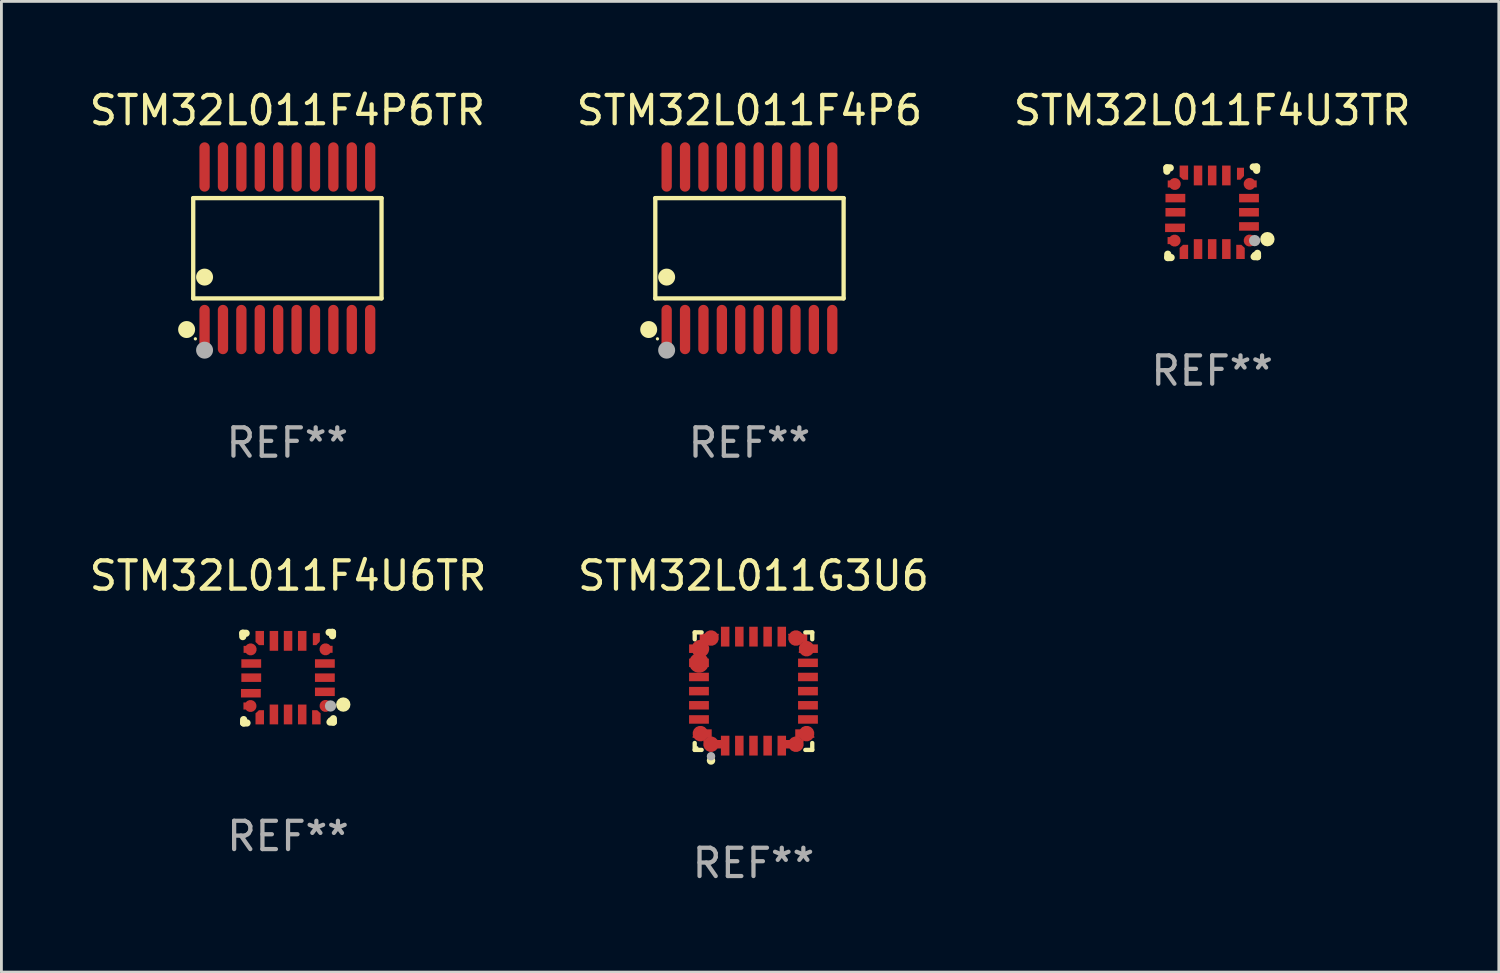
<source format=kicad_pcb>
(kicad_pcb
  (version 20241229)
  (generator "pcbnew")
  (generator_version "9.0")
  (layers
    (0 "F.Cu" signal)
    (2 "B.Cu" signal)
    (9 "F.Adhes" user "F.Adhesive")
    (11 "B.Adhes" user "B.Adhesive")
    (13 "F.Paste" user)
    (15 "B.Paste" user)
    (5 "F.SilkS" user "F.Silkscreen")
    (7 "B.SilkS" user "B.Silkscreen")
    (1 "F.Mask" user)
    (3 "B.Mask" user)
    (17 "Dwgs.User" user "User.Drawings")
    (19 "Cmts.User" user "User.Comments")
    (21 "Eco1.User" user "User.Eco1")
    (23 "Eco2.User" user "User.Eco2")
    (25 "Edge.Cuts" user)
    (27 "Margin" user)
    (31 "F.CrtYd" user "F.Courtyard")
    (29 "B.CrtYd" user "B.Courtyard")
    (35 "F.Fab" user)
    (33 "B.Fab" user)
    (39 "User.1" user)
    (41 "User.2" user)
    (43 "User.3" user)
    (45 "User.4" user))
  (footprint "STM32L011F4U3TR"
    (layer "F.Cu")
    (at 39.768 4.448)
    (property "Reference" "STM32L011F4U3TR" (at 0 -3.6 0) (layer "F.SilkS") (effects (font (size 1 1) (thickness 0.15))))
    (attr through_hole)
    (fp_line (start -1.6 -1.569) (end -1.481 -1.569) (stroke (width 0.254) (type solid)) (layer "F.SilkS"))
    (fp_line (start -1.6 -1.45) (end -1.6 -1.569) (stroke (width 0.254) (type solid)) (layer "F.SilkS"))
    (fp_line (start -1.569 1.6) (end -1.569 1.481) (stroke (width 0.254) (type solid)) (layer "F.SilkS"))
    (fp_line (start -1.45 1.6) (end -1.569 1.6) (stroke (width 0.254) (type solid)) (layer "F.SilkS"))
    (fp_line (start 1.45 -1.6) (end 1.569 -1.6) (stroke (width 0.254) (type solid)) (layer "F.SilkS"))
    (fp_line (start 1.569 -1.6) (end 1.569 -1.481) (stroke (width 0.254) (type solid)) (layer "F.SilkS"))
    (fp_line (start 1.6 1.45) (end 1.6 1.569) (stroke (width 0.254) (type solid)) (layer "F.SilkS"))
    (fp_line (start 1.6 1.569) (end 1.481 1.569) (stroke (width 0.254) (type solid)) (layer "F.SilkS"))
    (fp_circle (center 1.5 1.5) (end 1.55 1.5) (stroke (width 0.1) (type solid)) (fill no) (layer "F.SilkS"))
    (fp_circle (center 1.95 0.95) (end 2.077 0.95) (stroke (width 0.254) (type solid)) (fill no) (layer "F.SilkS"))
    (fp_circle (center 1.5 1) (end 1.6 1) (stroke (width 0.2) (type solid)) (fill no) (layer "F.Fab"))
    (fp_text user "REF**" (at 0 5.6 0) (layer "F.Fab") (effects (font (size 1 1) (thickness 0.15))))
    (pad "1" smd custom (at 1.324 0.998) (size 0.424 0.249) (layers "F.Cu" "F.Mask" "F.Paste") (options (anchor circle)) (primitives (gr_poly (pts (xy 0.25 0.124) (xy 0.25 -0.123) (xy 0.172 -0.124) (xy -0.174 -0.124) (xy -0.174 -0.001) (xy -0.036 0.125)) (width 0) (fill yes))))
    (pad "2" smd rect (at 1.3 0.5) (size 0.7 0.3) (layers "F.Cu" "F.Mask" "F.Paste"))
    (pad "3" smd rect (at 1.3 -0.000025) (size 0.7 0.3) (layers "F.Cu" "F.Mask" "F.Paste"))
    (pad "4" smd rect (at 1.3 -0.5) (size 0.7 0.3) (layers "F.Cu" "F.Mask" "F.Paste"))
    (pad "5" smd custom (at 1.323 -1.001) (size 0.424 0.249) (layers "F.Cu" "F.Mask" "F.Paste") (options (anchor circle)) (primitives (gr_poly (pts (xy 0.25 -0.124) (xy 0.25 0.123) (xy 0.173 0.124) (xy -0.174 0.124) (xy -0.174 0.001) (xy -0.036 -0.125)) (width 0) (fill yes))))
    (pad "6" smd custom (at 1 -1.324) (size 0.249 0.425) (layers "F.Cu" "F.Mask" "F.Paste") (options (anchor circle)) (primitives (gr_poly (pts (xy 0.123 -0.25) (xy -0.123 -0.25) (xy -0.125 -0.172) (xy -0.125 0.175) (xy -0.001 0.175) (xy 0.124 0.036)) (width 0) (fill yes))))
    (pad "7" smd rect (at 0.5 -1.3) (size 0.3 0.7) (layers "F.Cu" "F.Mask" "F.Paste"))
    (pad "8" smd rect (at 0.000114 -1.3) (size 0.3 0.7) (layers "F.Cu" "F.Mask" "F.Paste"))
    (pad "9" smd rect (at -0.5 -1.3) (size 0.3 0.7) (layers "F.Cu" "F.Mask" "F.Paste"))
    (pad "10" smd custom (at -1 -1.4) (size 0.3 0.5) (layers "F.Cu" "F.Mask" "F.Paste") (options (anchor circle)) (primitives (gr_poly (pts (xy -0.15 -0.25) (xy 0.15 -0.25) (xy 0.15 0.25) (xy -0.03 0.25) (xy -0.15 0.14)) (width 0) (fill yes))))
    (pad "11" smd custom (at -1.321 -0.999) (size 0.424 0.249) (layers "F.Cu" "F.Mask" "F.Paste") (options (anchor circle)) (primitives (gr_poly (pts (xy -0.25 -0.124) (xy -0.25 0.123) (xy -0.172 0.124) (xy 0.174 0.124) (xy 0.174 0.001) (xy 0.036 -0.125)) (width 0) (fill yes))))
    (pad "12" smd rect (at -1.3 -0.5) (size 0.7 0.3) (layers "F.Cu" "F.Mask" "F.Paste"))
    (pad "13" smd rect (at -1.3 -0.000025) (size 0.7 0.3) (layers "F.Cu" "F.Mask" "F.Paste"))
    (pad "14" smd rect (at -1.313 0.55) (size 0.7 0.3) (layers "F.Cu" "F.Mask" "F.Paste"))
    (pad "15" smd custom (at -1.326 1.001) (size 0.424 0.249) (layers "F.Cu" "F.Mask" "F.Paste") (options (anchor circle)) (primitives (gr_poly (pts (xy -0.25 0.124) (xy -0.25 -0.124) (xy 0.174 -0.124) (xy 0.174 -0.001) (xy 0.036 0.125)) (width 0) (fill yes))))
    (pad "16" smd custom (at -1 1.4) (size 0.3 0.5) (layers "F.Cu" "F.Mask" "F.Paste") (options (anchor circle)) (primitives (gr_poly (pts (xy -0.15 0.25) (xy 0.15 0.25) (xy 0.15 -0.25) (xy -0.03 -0.25) (xy -0.15 -0.14)) (width 0) (fill yes))))
    (pad "17" smd rect (at -0.5 1.3) (size 0.3 0.7) (layers "F.Cu" "F.Mask" "F.Paste"))
    (pad "18" smd rect (at 0.000114 1.3) (size 0.3 0.7) (layers "F.Cu" "F.Mask" "F.Paste"))
    (pad "19" smd rect (at 0.5 1.3) (size 0.3 0.7) (layers "F.Cu" "F.Mask" "F.Paste"))
    (pad "20" smd custom (at 1 1.4) (size 0.3 0.5) (layers "F.Cu" "F.Mask" "F.Paste") (options (anchor circle)) (primitives (gr_poly (pts (xy 0.15 0.25) (xy -0.15 0.25) (xy -0.15 -0.25) (xy 0.03 -0.25) (xy 0.15 -0.14)) (width 0) (fill yes)))))
  (footprint "STM32L011F4U6TR"
    (layer "F.Cu")
    (at 7.125 20.887)
    (property "Reference" "STM32L011F4U6TR" (at 0 -3.6 0) (layer "F.SilkS") (effects (font (size 1 1) (thickness 0.15))))
    (attr through_hole)
    (fp_line (start -1.6 -1.569) (end -1.481 -1.569) (stroke (width 0.254) (type solid)) (layer "F.SilkS"))
    (fp_line (start -1.6 -1.45) (end -1.6 -1.569) (stroke (width 0.254) (type solid)) (layer "F.SilkS"))
    (fp_line (start -1.569 1.6) (end -1.569 1.481) (stroke (width 0.254) (type solid)) (layer "F.SilkS"))
    (fp_line (start -1.45 1.6) (end -1.569 1.6) (stroke (width 0.254) (type solid)) (layer "F.SilkS"))
    (fp_line (start 1.45 -1.6) (end 1.569 -1.6) (stroke (width 0.254) (type solid)) (layer "F.SilkS"))
    (fp_line (start 1.569 -1.6) (end 1.569 -1.481) (stroke (width 0.254) (type solid)) (layer "F.SilkS"))
    (fp_line (start 1.6 1.45) (end 1.6 1.569) (stroke (width 0.254) (type solid)) (layer "F.SilkS"))
    (fp_line (start 1.6 1.569) (end 1.481 1.569) (stroke (width 0.254) (type solid)) (layer "F.SilkS"))
    (fp_circle (center 1.5 1.5) (end 1.55 1.5) (stroke (width 0.1) (type solid)) (fill no) (layer "F.SilkS"))
    (fp_circle (center 1.95 0.95) (end 2.077 0.95) (stroke (width 0.254) (type solid)) (fill no) (layer "F.SilkS"))
    (fp_circle (center 1.5 1) (end 1.6 1) (stroke (width 0.2) (type solid)) (fill no) (layer "F.Fab"))
    (fp_text user "REF**" (at 0 5.6 0) (layer "F.Fab") (effects (font (size 1 1) (thickness 0.15))))
    (pad "1" smd custom (at 1.324 0.998) (size 0.424 0.249) (layers "F.Cu" "F.Mask" "F.Paste") (options (anchor circle)) (primitives (gr_poly (pts (xy 0.25 0.124) (xy 0.25 -0.123) (xy 0.172 -0.124) (xy -0.174 -0.124) (xy -0.174 -0.001) (xy -0.036 0.125)) (width 0) (fill yes))))
    (pad "2" smd rect (at 1.3 0.5) (size 0.7 0.3) (layers "F.Cu" "F.Mask" "F.Paste"))
    (pad "3" smd rect (at 1.3 -0.000025) (size 0.7 0.3) (layers "F.Cu" "F.Mask" "F.Paste"))
    (pad "4" smd rect (at 1.3 -0.5) (size 0.7 0.3) (layers "F.Cu" "F.Mask" "F.Paste"))
    (pad "5" smd custom (at 1.323 -1.001) (size 0.424 0.249) (layers "F.Cu" "F.Mask" "F.Paste") (options (anchor circle)) (primitives (gr_poly (pts (xy 0.25 -0.124) (xy 0.25 0.123) (xy 0.173 0.124) (xy -0.174 0.124) (xy -0.174 0.001) (xy -0.036 -0.125)) (width 0) (fill yes))))
    (pad "6" smd custom (at 1 -1.324) (size 0.249 0.425) (layers "F.Cu" "F.Mask" "F.Paste") (options (anchor circle)) (primitives (gr_poly (pts (xy 0.123 -0.25) (xy -0.123 -0.25) (xy -0.125 -0.172) (xy -0.125 0.175) (xy -0.001 0.175) (xy 0.124 0.036)) (width 0) (fill yes))))
    (pad "7" smd rect (at 0.5 -1.3) (size 0.3 0.7) (layers "F.Cu" "F.Mask" "F.Paste"))
    (pad "8" smd rect (at 0.000114 -1.3) (size 0.3 0.7) (layers "F.Cu" "F.Mask" "F.Paste"))
    (pad "9" smd rect (at -0.5 -1.3) (size 0.3 0.7) (layers "F.Cu" "F.Mask" "F.Paste"))
    (pad "10" smd custom (at -1 -1.4) (size 0.3 0.5) (layers "F.Cu" "F.Mask" "F.Paste") (options (anchor circle)) (primitives (gr_poly (pts (xy -0.15 -0.25) (xy 0.15 -0.25) (xy 0.15 0.25) (xy -0.03 0.25) (xy -0.15 0.14)) (width 0) (fill yes))))
    (pad "11" smd custom (at -1.321 -0.999) (size 0.424 0.249) (layers "F.Cu" "F.Mask" "F.Paste") (options (anchor circle)) (primitives (gr_poly (pts (xy -0.25 -0.124) (xy -0.25 0.123) (xy -0.172 0.124) (xy 0.174 0.124) (xy 0.174 0.001) (xy 0.036 -0.125)) (width 0) (fill yes))))
    (pad "12" smd rect (at -1.3 -0.5) (size 0.7 0.3) (layers "F.Cu" "F.Mask" "F.Paste"))
    (pad "13" smd rect (at -1.3 -0.000025) (size 0.7 0.3) (layers "F.Cu" "F.Mask" "F.Paste"))
    (pad "14" smd rect (at -1.313 0.55) (size 0.7 0.3) (layers "F.Cu" "F.Mask" "F.Paste"))
    (pad "15" smd custom (at -1.326 1.001) (size 0.424 0.249) (layers "F.Cu" "F.Mask" "F.Paste") (options (anchor circle)) (primitives (gr_poly (pts (xy -0.25 0.124) (xy -0.25 -0.124) (xy 0.174 -0.124) (xy 0.174 -0.001) (xy 0.036 0.125)) (width 0) (fill yes))))
    (pad "16" smd custom (at -1 1.4) (size 0.3 0.5) (layers "F.Cu" "F.Mask" "F.Paste") (options (anchor circle)) (primitives (gr_poly (pts (xy -0.15 0.25) (xy 0.15 0.25) (xy 0.15 -0.25) (xy -0.03 -0.25) (xy -0.15 -0.14)) (width 0) (fill yes))))
    (pad "17" smd rect (at -0.5 1.3) (size 0.3 0.7) (layers "F.Cu" "F.Mask" "F.Paste"))
    (pad "18" smd rect (at 0.000114 1.3) (size 0.3 0.7) (layers "F.Cu" "F.Mask" "F.Paste"))
    (pad "19" smd rect (at 0.5 1.3) (size 0.3 0.7) (layers "F.Cu" "F.Mask" "F.Paste"))
    (pad "20" smd custom (at 1 1.4) (size 0.3 0.5) (layers "F.Cu" "F.Mask" "F.Paste") (options (anchor circle)) (primitives (gr_poly (pts (xy 0.15 0.25) (xy -0.15 0.25) (xy -0.15 -0.25) (xy 0.03 -0.25) (xy 0.15 -0.14)) (width 0) (fill yes)))))
  (footprint "STM32L011F4P6"
    (layer "F.Cu")
    (at 23.423 5.719)
    (property "Reference" "STM32L011F4P6" (at 0 -4.871 0) (layer "F.SilkS") (effects (font (size 1 1) (thickness 0.15))))
    (attr through_hole)
    (fp_line (start -3.326 -1.771) (end 3.326 -1.771) (stroke (width 0.152) (type solid)) (layer "F.SilkS"))
    (fp_line (start -3.326 1.771) (end -3.326 -1.771) (stroke (width 0.152) (type solid)) (layer "F.SilkS"))
    (fp_line (start 3.326 -1.771) (end 3.326 1.771) (stroke (width 0.152) (type solid)) (layer "F.SilkS"))
    (fp_line (start 3.326 1.771) (end -3.326 1.771) (stroke (width 0.152) (type solid)) (layer "F.SilkS"))
    (fp_circle (center -3.559 2.871) (end -3.409 2.871) (stroke (width 0.3) (type solid)) (fill no) (layer "F.SilkS"))
    (fp_circle (center -3.25 3.2) (end -3.22 3.2) (stroke (width 0.06) (type solid)) (fill no) (layer "F.SilkS"))
    (fp_circle (center -2.925 1.019) (end -2.775 1.019) (stroke (width 0.3) (type solid)) (fill no) (layer "F.SilkS"))
    (fp_circle (center -2.925 3.6) (end -2.775 3.6) (stroke (width 0.3) (type solid)) (fill no) (layer "F.Fab"))
    (fp_text user "REF**" (at 0 6.871 0) (layer "F.Fab") (effects (font (size 1 1) (thickness 0.15))))
    (pad "1" smd oval (at -2.925 2.871) (size 0.364 1.742) (layers "F.Cu" "F.Mask" "F.Paste"))
    (pad "2" smd oval (at -2.275 2.871) (size 0.364 1.742) (layers "F.Cu" "F.Mask" "F.Paste"))
    (pad "3" smd oval (at -1.625 2.871) (size 0.364 1.742) (layers "F.Cu" "F.Mask" "F.Paste"))
    (pad "4" smd oval (at -0.975 2.871) (size 0.364 1.742) (layers "F.Cu" "F.Mask" "F.Paste"))
    (pad "5" smd oval (at -0.325 2.871) (size 0.364 1.742) (layers "F.Cu" "F.Mask" "F.Paste"))
    (pad "6" smd oval (at 0.325 2.871) (size 0.364 1.742) (layers "F.Cu" "F.Mask" "F.Paste"))
    (pad "7" smd oval (at 0.975 2.871) (size 0.364 1.742) (layers "F.Cu" "F.Mask" "F.Paste"))
    (pad "8" smd oval (at 1.625 2.871) (size 0.364 1.742) (layers "F.Cu" "F.Mask" "F.Paste"))
    (pad "9" smd oval (at 2.275 2.871) (size 0.364 1.742) (layers "F.Cu" "F.Mask" "F.Paste"))
    (pad "10" smd oval (at 2.925 2.871) (size 0.364 1.742) (layers "F.Cu" "F.Mask" "F.Paste"))
    (pad "11" smd oval (at 2.925 -2.871) (size 0.364 1.742) (layers "F.Cu" "F.Mask" "F.Paste"))
    (pad "12" smd oval (at 2.275 -2.871) (size 0.364 1.742) (layers "F.Cu" "F.Mask" "F.Paste"))
    (pad "13" smd oval (at 1.625 -2.871) (size 0.364 1.742) (layers "F.Cu" "F.Mask" "F.Paste"))
    (pad "14" smd oval (at 0.975 -2.871) (size 0.364 1.742) (layers "F.Cu" "F.Mask" "F.Paste"))
    (pad "15" smd oval (at 0.325 -2.871) (size 0.364 1.742) (layers "F.Cu" "F.Mask" "F.Paste"))
    (pad "16" smd oval (at -0.325 -2.871) (size 0.364 1.742) (layers "F.Cu" "F.Mask" "F.Paste"))
    (pad "17" smd oval (at -0.975 -2.871) (size 0.364 1.742) (layers "F.Cu" "F.Mask" "F.Paste"))
    (pad "18" smd oval (at -1.625 -2.871) (size 0.364 1.742) (layers "F.Cu" "F.Mask" "F.Paste"))
    (pad "19" smd oval (at -2.275 -2.871) (size 0.364 1.742) (layers "F.Cu" "F.Mask" "F.Paste"))
    (pad "20" smd oval (at -2.925 -2.871) (size 0.364 1.742) (layers "F.Cu" "F.Mask" "F.Paste")))
  (footprint "STM32L011G3U6"
    (layer "F.Cu")
    (at 23.565 21.363)
    (property "Reference" "STM32L011G3U6" (at 0 -4.076 0) (layer "F.SilkS") (effects (font (size 1 1) (thickness 0.15))))
    (attr through_hole)
    (fp_line (start -2.076 -2.076) (end -1.831 -2.076) (stroke (width 0.152) (type solid)) (layer "F.SilkS"))
    (fp_line (start -2.076 -1.831) (end -2.076 -2.076) (stroke (width 0.152) (type solid)) (layer "F.SilkS"))
    (fp_line (start -2.076 1.831) (end -2.076 2.076) (stroke (width 0.152) (type solid)) (layer "F.SilkS"))
    (fp_line (start -2.076 2.076) (end -1.831 2.076) (stroke (width 0.152) (type solid)) (layer "F.SilkS"))
    (fp_line (start 2.076 -2.076) (end 1.831 -2.076) (stroke (width 0.152) (type solid)) (layer "F.SilkS"))
    (fp_line (start 2.076 -1.831) (end 2.076 -2.076) (stroke (width 0.152) (type solid)) (layer "F.SilkS"))
    (fp_line (start 2.076 1.831) (end 2.076 2.076) (stroke (width 0.152) (type solid)) (layer "F.SilkS"))
    (fp_line (start 2.076 2.076) (end 1.831 2.076) (stroke (width 0.152) (type solid)) (layer "F.SilkS"))
    (fp_circle (center -2 2) (end -1.97 2) (stroke (width 0.06) (type solid)) (fill no) (layer "F.SilkS"))
    (fp_circle (center -1.5 2.45) (end -1.425 2.45) (stroke (width 0.15) (type solid)) (fill no) (layer "F.SilkS"))
    (fp_circle (center -1.5 2.3) (end -1.425 2.3) (stroke (width 0.15) (type solid)) (fill no) (layer "F.Fab"))
    (fp_text user "REF**" (at 0 6.076 0) (layer "F.Fab") (effects (font (size 1 1) (thickness 0.15))))
    (pad "1" smd custom (at -1.5 1.875 90) (size 0.55 0.3) (layers "F.Cu" "F.Mask" "F.Paste") (options (anchor circle)) (primitives (gr_poly (pts (xy -0.15 -0.025) (xy -0.15 0.4) (xy 0.15 0.4) (xy 0.15 -0.275) (xy 0.1 -0.275)) (width 0) (fill yes))))
    (pad "2" smd rect (at -1 1.925) (size 0.3 0.7) (layers "F.Cu" "F.Mask" "F.Paste"))
    (pad "3" smd rect (at -0.5 1.925) (size 0.3 0.7) (layers "F.Cu" "F.Mask" "F.Paste"))
    (pad "4" smd rect (at 0 1.925) (size 0.3 0.7) (layers "F.Cu" "F.Mask" "F.Paste"))
    (pad "5" smd rect (at 0.5 1.925) (size 0.3 0.7) (layers "F.Cu" "F.Mask" "F.Paste"))
    (pad "6" smd rect (at 1 1.925) (size 0.3 0.7) (layers "F.Cu" "F.Mask" "F.Paste"))
    (pad "7" smd custom (at 1.5 1.875 270) (size 0.55 0.3) (layers "F.Cu" "F.Mask" "F.Paste") (options (anchor circle)) (primitives (gr_poly (pts (xy 0.15 -0.025) (xy 0.15 0.4) (xy -0.15 0.4) (xy -0.15 -0.275) (xy -0.1 -0.275)) (width 0) (fill yes))))
    (pad "8" smd custom (at 1.875 1.5 180) (size 0.55 0.3) (layers "F.Cu" "F.Mask" "F.Paste") (options (anchor circle)) (primitives (gr_poly (pts (xy -0.025 0.15) (xy 0.4 0.15) (xy 0.4 -0.15) (xy -0.275 -0.15) (xy -0.275 -0.1)) (width 0) (fill yes))))
    (pad "9" smd rect (at 1.925 1) (size 0.7 0.3) (layers "F.Cu" "F.Mask" "F.Paste"))
    (pad "10" smd rect (at 1.925 0.5) (size 0.7 0.3) (layers "F.Cu" "F.Mask" "F.Paste"))
    (pad "11" smd rect (at 1.925 0) (size 0.7 0.3) (layers "F.Cu" "F.Mask" "F.Paste"))
    (pad "12" smd rect (at 1.925 -0.5) (size 0.7 0.3) (layers "F.Cu" "F.Mask" "F.Paste"))
    (pad "13" smd rect (at 1.925 -1) (size 0.7 0.3) (layers "F.Cu" "F.Mask" "F.Paste"))
    (pad "14" smd custom (at 1.875 -1.5) (size 0.55 0.3) (layers "F.Cu" "F.Mask" "F.Paste") (options (anchor circle)) (primitives (gr_poly (pts (xy -0.025 -0.15) (xy 0.4 -0.15) (xy 0.4 0.15) (xy -0.275 0.15) (xy -0.275 0.1)) (width 0) (fill yes))))
    (pad "15" smd custom (at 1.5 -1.875 270) (size 0.55 0.3) (layers "F.Cu" "F.Mask" "F.Paste") (options (anchor circle)) (primitives (gr_poly (pts (xy 0.15 0.025) (xy 0.15 -0.4) (xy -0.15 -0.4) (xy -0.15 0.275) (xy -0.1 0.275)) (width 0) (fill yes))))
    (pad "16" smd rect (at 1 -1.925) (size 0.3 0.7) (layers "F.Cu" "F.Mask" "F.Paste"))
    (pad "17" smd rect (at 0.5 -1.925) (size 0.3 0.7) (layers "F.Cu" "F.Mask" "F.Paste"))
    (pad "18" smd rect (at 0 -1.925) (size 0.3 0.7) (layers "F.Cu" "F.Mask" "F.Paste"))
    (pad "19" smd rect (at -0.5 -1.925) (size 0.3 0.7) (layers "F.Cu" "F.Mask" "F.Paste"))
    (pad "20" smd rect (at -1 -1.925) (size 0.3 0.7) (layers "F.Cu" "F.Mask" "F.Paste"))
    (pad "21" smd custom (at -1.5 -1.875 90) (size 0.55 0.3) (layers "F.Cu" "F.Mask" "F.Paste") (options (anchor circle)) (primitives (gr_poly (pts (xy -0.15 0.025) (xy -0.15 -0.4) (xy 0.15 -0.4) (xy 0.15 0.275) (xy 0.1 0.275)) (width 0) (fill yes))))
    (pad "22" smd custom (at -1.875 -1.5) (size 0.625 0.3) (layers "F.Cu" "F.Mask" "F.Paste") (options (anchor circle)) (primitives (gr_poly (pts (xy 0.025 -0.15) (xy -0.4 -0.15) (xy -0.4 0.15) (xy 0.275 0.15) (xy 0.275 0.1)) (width 0) (fill yes))))
    (pad "23" smd custom (at -1.925 -1) (size 0.7 0.3) (layers "F.Cu" "F.Mask" "F.Paste") (options (anchor circle)) (primitives (gr_poly (pts (xy -0.35 -0.15) (xy 0.35 -0.15) (xy 0.35 0.15) (xy -0.35 0.15)) (width 0) (fill yes))))
    (pad "24" smd rect (at -1.925 -0.5) (size 0.7 0.3) (layers "F.Cu" "F.Mask" "F.Paste"))
    (pad "25" smd rect (at -1.925 0) (size 0.7 0.3) (layers "F.Cu" "F.Mask" "F.Paste"))
    (pad "26" smd rect (at -1.925 0.5) (size 0.7 0.3) (layers "F.Cu" "F.Mask" "F.Paste"))
    (pad "27" smd rect (at -1.925 1) (size 0.7 0.3) (layers "F.Cu" "F.Mask" "F.Paste"))
    (pad "28" smd custom (at -1.875 1.5 180) (size 0.55 0.3) (layers "F.Cu" "F.Mask" "F.Paste") (options (anchor circle)) (primitives (gr_poly (pts (xy 0.025 0.15) (xy -0.4 0.15) (xy -0.4 -0.15) (xy 0.275 -0.15) (xy 0.275 -0.1)) (width 0) (fill yes)))))
  (footprint "STM32L011F4P6TR"
    (layer "F.Cu")
    (at 7.101 5.719)
    (property "Reference" "STM32L011F4P6TR" (at 0 -4.871 0) (layer "F.SilkS") (effects (font (size 1 1) (thickness 0.15))))
    (attr through_hole)
    (fp_line (start -3.326 -1.771) (end 3.326 -1.771) (stroke (width 0.152) (type solid)) (layer "F.SilkS"))
    (fp_line (start -3.326 1.771) (end -3.326 -1.771) (stroke (width 0.152) (type solid)) (layer "F.SilkS"))
    (fp_line (start 3.326 -1.771) (end 3.326 1.771) (stroke (width 0.152) (type solid)) (layer "F.SilkS"))
    (fp_line (start 3.326 1.771) (end -3.326 1.771) (stroke (width 0.152) (type solid)) (layer "F.SilkS"))
    (fp_circle (center -3.559 2.871) (end -3.409 2.871) (stroke (width 0.3) (type solid)) (fill no) (layer "F.SilkS"))
    (fp_circle (center -3.25 3.2) (end -3.22 3.2) (stroke (width 0.06) (type solid)) (fill no) (layer "F.SilkS"))
    (fp_circle (center -2.925 1.019) (end -2.775 1.019) (stroke (width 0.3) (type solid)) (fill no) (layer "F.SilkS"))
    (fp_circle (center -2.925 3.6) (end -2.775 3.6) (stroke (width 0.3) (type solid)) (fill no) (layer "F.Fab"))
    (fp_text user "REF**" (at 0 6.871 0) (layer "F.Fab") (effects (font (size 1 1) (thickness 0.15))))
    (pad "1" smd oval (at -2.925 2.871) (size 0.364 1.742) (layers "F.Cu" "F.Mask" "F.Paste"))
    (pad "2" smd oval (at -2.275 2.871) (size 0.364 1.742) (layers "F.Cu" "F.Mask" "F.Paste"))
    (pad "3" smd oval (at -1.625 2.871) (size 0.364 1.742) (layers "F.Cu" "F.Mask" "F.Paste"))
    (pad "4" smd oval (at -0.975 2.871) (size 0.364 1.742) (layers "F.Cu" "F.Mask" "F.Paste"))
    (pad "5" smd oval (at -0.325 2.871) (size 0.364 1.742) (layers "F.Cu" "F.Mask" "F.Paste"))
    (pad "6" smd oval (at 0.325 2.871) (size 0.364 1.742) (layers "F.Cu" "F.Mask" "F.Paste"))
    (pad "7" smd oval (at 0.975 2.871) (size 0.364 1.742) (layers "F.Cu" "F.Mask" "F.Paste"))
    (pad "8" smd oval (at 1.625 2.871) (size 0.364 1.742) (layers "F.Cu" "F.Mask" "F.Paste"))
    (pad "9" smd oval (at 2.275 2.871) (size 0.364 1.742) (layers "F.Cu" "F.Mask" "F.Paste"))
    (pad "10" smd oval (at 2.925 2.871) (size 0.364 1.742) (layers "F.Cu" "F.Mask" "F.Paste"))
    (pad "11" smd oval (at 2.925 -2.871) (size 0.364 1.742) (layers "F.Cu" "F.Mask" "F.Paste"))
    (pad "12" smd oval (at 2.275 -2.871) (size 0.364 1.742) (layers "F.Cu" "F.Mask" "F.Paste"))
    (pad "13" smd oval (at 1.625 -2.871) (size 0.364 1.742) (layers "F.Cu" "F.Mask" "F.Paste"))
    (pad "14" smd oval (at 0.975 -2.871) (size 0.364 1.742) (layers "F.Cu" "F.Mask" "F.Paste"))
    (pad "15" smd oval (at 0.325 -2.871) (size 0.364 1.742) (layers "F.Cu" "F.Mask" "F.Paste"))
    (pad "16" smd oval (at -0.325 -2.871) (size 0.364 1.742) (layers "F.Cu" "F.Mask" "F.Paste"))
    (pad "17" smd oval (at -0.975 -2.871) (size 0.364 1.742) (layers "F.Cu" "F.Mask" "F.Paste"))
    (pad "18" smd oval (at -1.625 -2.871) (size 0.364 1.742) (layers "F.Cu" "F.Mask" "F.Paste"))
    (pad "19" smd oval (at -2.275 -2.871) (size 0.364 1.742) (layers "F.Cu" "F.Mask" "F.Paste"))
    (pad "20" smd oval (at -2.925 -2.871) (size 0.364 1.742) (layers "F.Cu" "F.Mask" "F.Paste")))
  (gr_rect
    (start -3 -3)
    (end 49.893 31.287)
    (stroke (width 0.1) (type default))
    (fill no)
    (layer "Edge.Cuts")))
</source>
